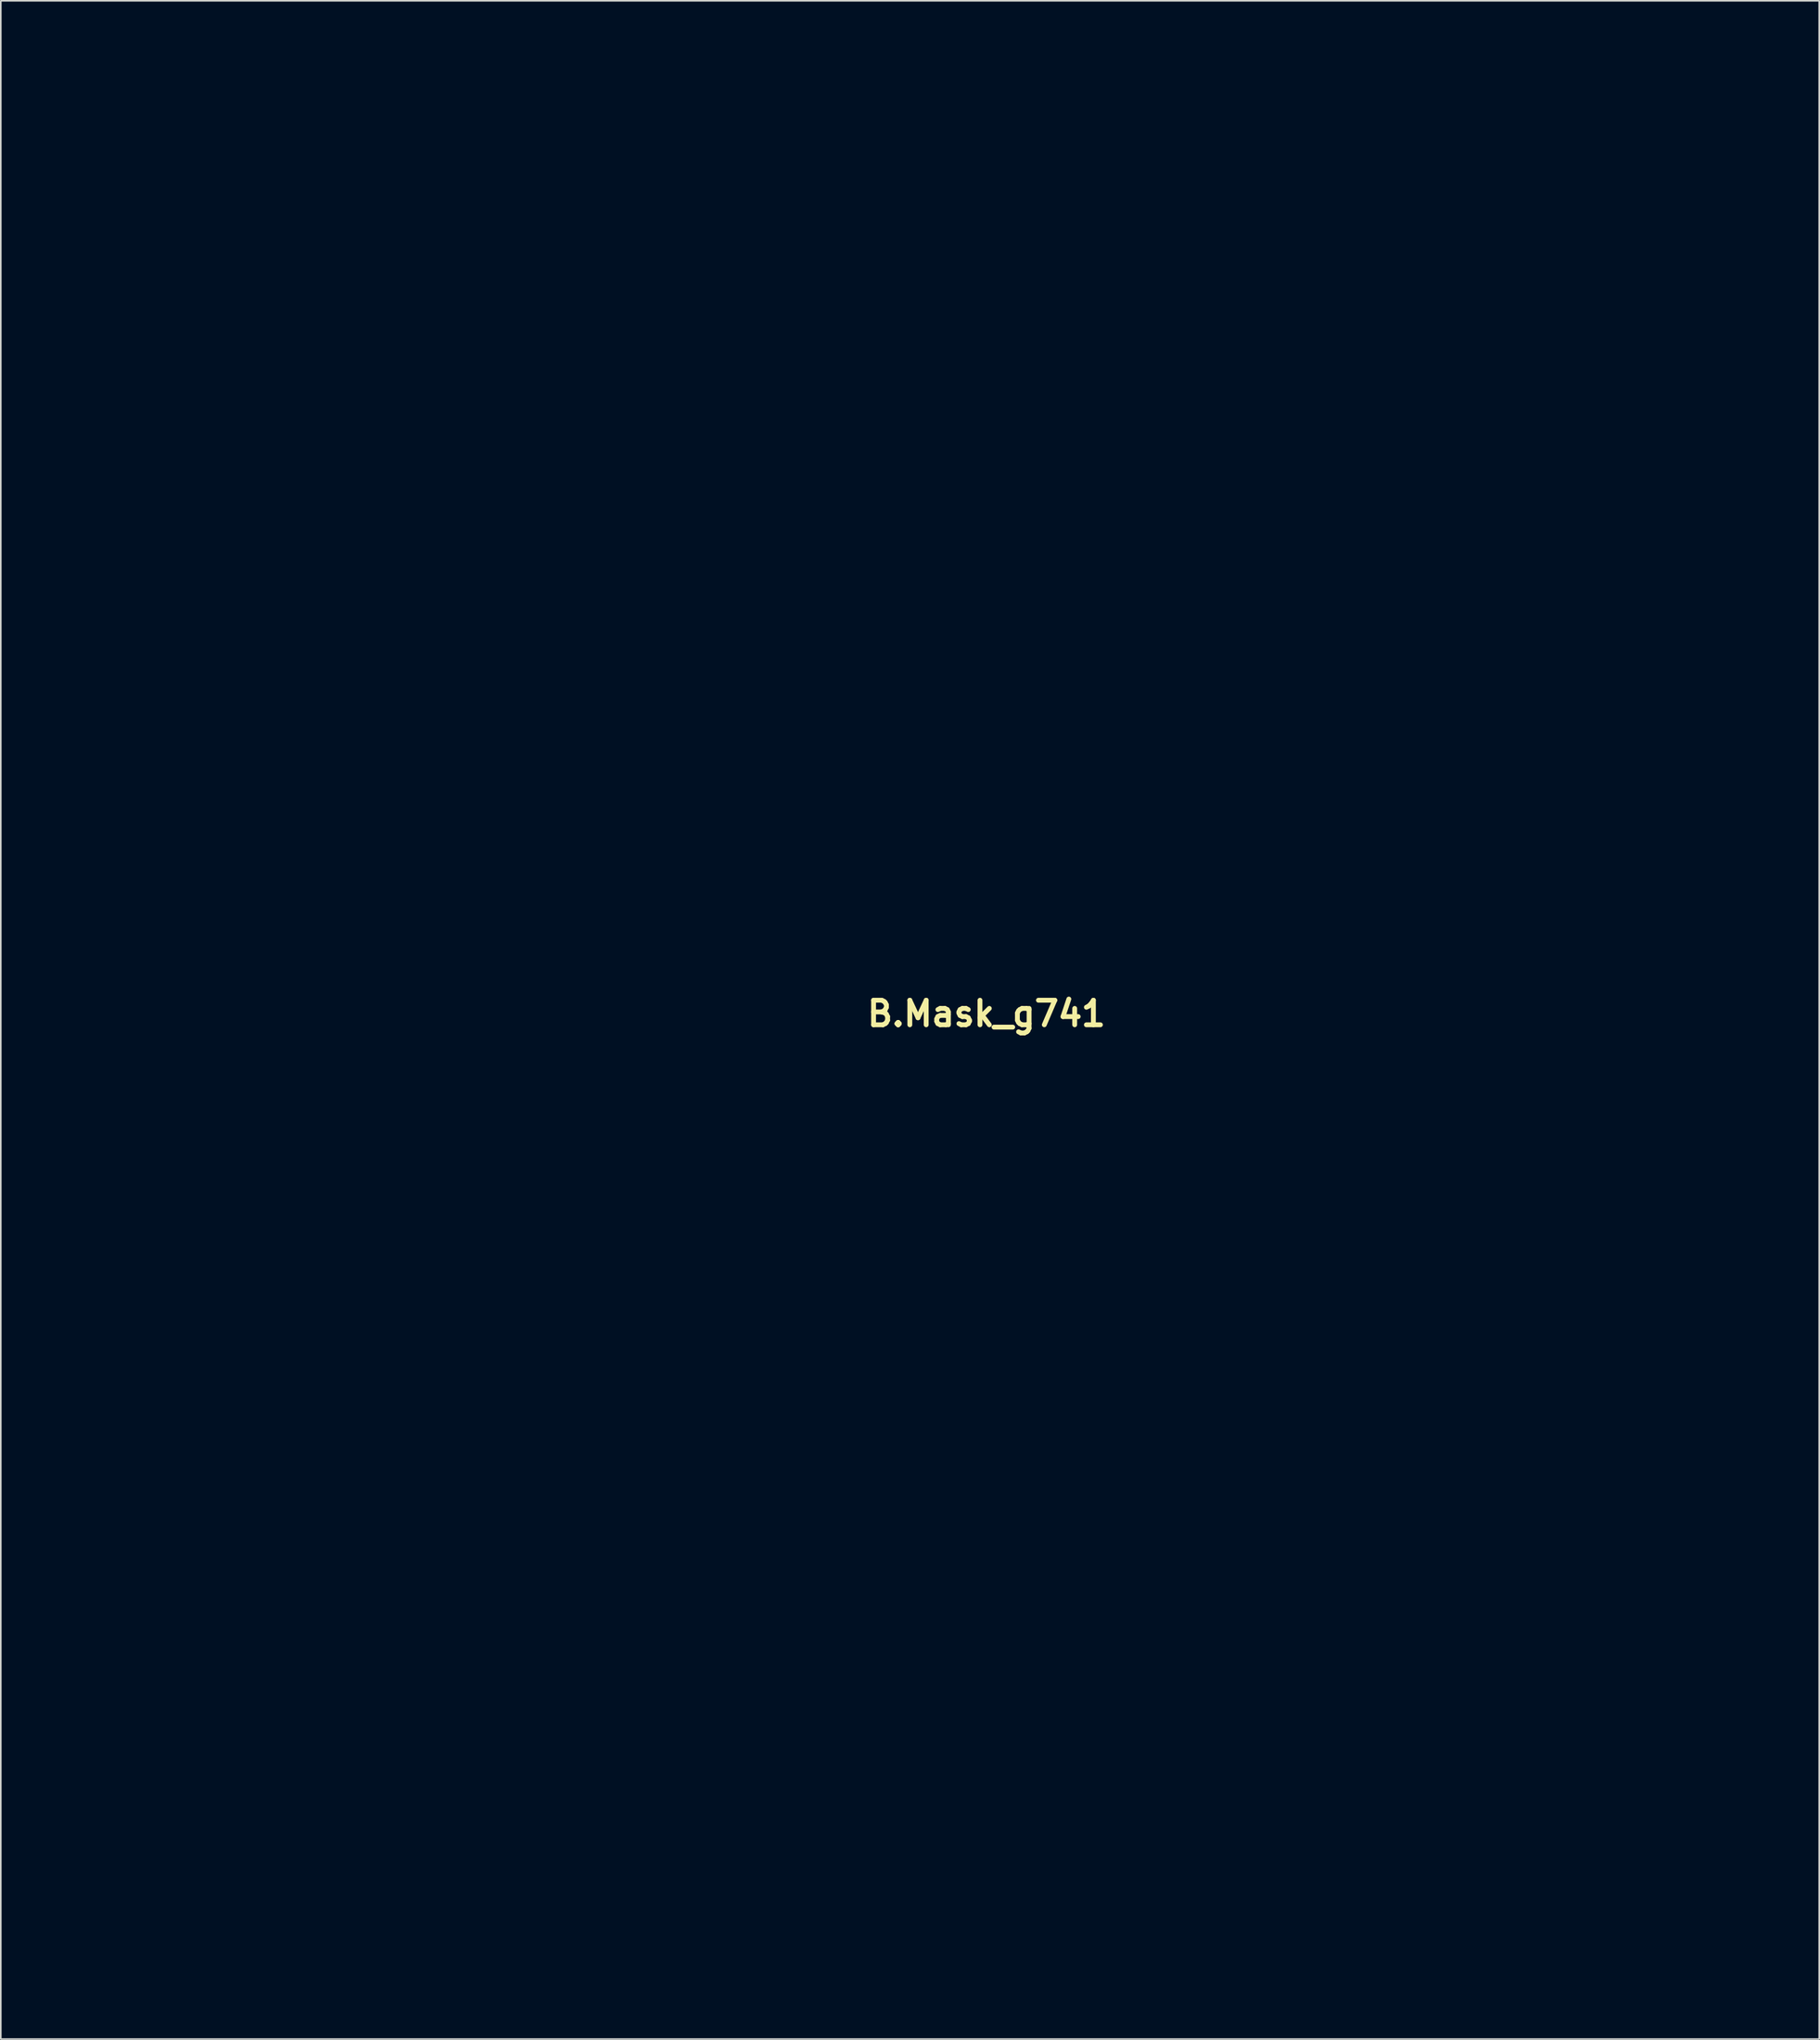
<source format=kicad_pcb>
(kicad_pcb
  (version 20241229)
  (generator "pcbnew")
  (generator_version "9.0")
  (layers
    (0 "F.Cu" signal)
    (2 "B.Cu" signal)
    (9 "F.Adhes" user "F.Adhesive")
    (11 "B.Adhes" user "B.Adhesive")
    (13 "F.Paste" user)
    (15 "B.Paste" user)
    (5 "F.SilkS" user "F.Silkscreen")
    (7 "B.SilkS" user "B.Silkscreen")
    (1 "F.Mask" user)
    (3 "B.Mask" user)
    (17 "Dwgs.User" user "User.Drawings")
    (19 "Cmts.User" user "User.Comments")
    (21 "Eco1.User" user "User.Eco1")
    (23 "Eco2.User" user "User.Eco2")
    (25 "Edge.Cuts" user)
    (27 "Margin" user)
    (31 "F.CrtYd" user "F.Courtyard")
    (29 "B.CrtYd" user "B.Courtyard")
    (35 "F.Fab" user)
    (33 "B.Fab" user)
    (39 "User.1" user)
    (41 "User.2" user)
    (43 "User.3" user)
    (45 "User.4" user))
  (footprint "B.Mask_g741"
    (layer "F.Cu")
    (at 58.169 59.847)
    (property "Reference" "B.Mask_g741" (at 0 0 0) (layer "F.SilkS") (effects (font (size 1.524 1.524) (thickness 0.3))))
    (attr through_hole)
    (fp_poly (pts (xy 18.098 -59.836) (xy 18.107 -59.81) (xy 18.128 -59.748) (xy 18.157 -59.654) (xy 18.196 -59.533) (xy 18.241 -59.389) (xy 18.291 -59.226) (xy 18.345 -59.049) (xy 18.373 -58.96) (xy 18.428 -58.779) (xy 18.48 -58.611) (xy 18.527 -58.46) (xy 18.567 -58.33) (xy 18.599 -58.226) (xy 18.623 -58.152) (xy 18.636 -58.112) (xy 18.638 -58.106) (xy 18.66 -58.105) (xy 18.72 -58.106) (xy 18.815 -58.108) (xy 18.941 -58.11) (xy 19.094 -58.114) (xy 19.27 -58.118) (xy 19.466 -58.123) (xy 19.678 -58.129) (xy 19.845 -58.133) (xy 20.066 -58.139) (xy 20.275 -58.145) (xy 20.466 -58.149) (xy 20.638 -58.153) (xy 20.785 -58.156) (xy 20.904 -58.158) (xy 20.991 -58.159) (xy 21.042 -58.159) (xy 21.055 -58.158) (xy 21.055 -58.155) (xy 21.051 -58.149) (xy 21.041 -58.139) (xy 21.021 -58.123) (xy 20.99 -58.1) (xy 20.945 -58.067) (xy 20.884 -58.023) (xy 20.805 -57.966) (xy 20.706 -57.896) (xy 20.584 -57.809) (xy 20.438 -57.705) (xy 20.264 -57.582) (xy 20.06 -57.438) (xy 19.825 -57.272) (xy 19.759 -57.225) (xy 19.602 -57.114) (xy 19.457 -57.01) (xy 19.325 -56.915) (xy 19.213 -56.832) (xy 19.121 -56.765) (xy 19.056 -56.714) (xy 19.019 -56.684) (xy 19.012 -56.677) (xy 19.019 -56.653) (xy 19.039 -56.593) (xy 19.072 -56.501) (xy 19.116 -56.378) (xy 19.171 -56.23) (xy 19.235 -56.059) (xy 19.306 -55.868) (xy 19.384 -55.661) (xy 19.468 -55.441) (xy 19.506 -55.342) (xy 19.591 -55.119) (xy 19.671 -54.907) (xy 19.745 -54.71) (xy 19.812 -54.532) (xy 19.871 -54.375) (xy 19.92 -54.243) (xy 19.958 -54.14) (xy 19.983 -54.068) (xy 19.996 -54.03) (xy 19.997 -54.026) (xy 19.979 -54.036) (xy 19.929 -54.069) (xy 19.85 -54.121) (xy 19.746 -54.192) (xy 19.62 -54.278) (xy 19.474 -54.378) (xy 19.311 -54.489) (xy 19.135 -54.61) (xy 18.949 -54.739) (xy 18.756 -54.873) (xy 18.558 -55.009) (xy 18.359 -55.147) (xy 18.162 -55.284) (xy 17.97 -55.418) (xy 17.786 -55.547) (xy 17.777 -55.553) (xy 17.615 -55.666) (xy 16.242 -54.783) (xy 16.024 -54.642) (xy 15.816 -54.508) (xy 15.62 -54.382) (xy 15.44 -54.266) (xy 15.279 -54.162) (xy 15.138 -54.072) (xy 15.022 -53.997) (xy 14.932 -53.94) (xy 14.872 -53.901) (xy 14.844 -53.884) (xy 14.843 -53.883) (xy 14.82 -53.88) (xy 14.817 -53.889) (xy 14.826 -53.911) (xy 14.853 -53.968) (xy 14.896 -54.057) (xy 14.953 -54.175) (xy 15.024 -54.319) (xy 15.106 -54.487) (xy 15.199 -54.674) (xy 15.301 -54.879) (xy 15.41 -55.099) (xy 15.525 -55.33) (xy 15.554 -55.388) (xy 16.292 -56.864) (xy 15.745 -57.615) (xy 15.631 -57.773) (xy 15.524 -57.919) (xy 15.429 -58.052) (xy 15.346 -58.168) (xy 15.28 -58.262) (xy 15.231 -58.331) (xy 15.203 -58.373) (xy 15.198 -58.383) (xy 15.217 -58.39) (xy 15.268 -58.391) (xy 15.342 -58.389) (xy 15.362 -58.387) (xy 15.436 -58.382) (xy 15.539 -58.375) (xy 15.668 -58.366) (xy 15.816 -58.356) (xy 15.979 -58.345) (xy 16.152 -58.333) (xy 16.33 -58.321) (xy 16.508 -58.31) (xy 16.68 -58.298) (xy 16.842 -58.288) (xy 16.989 -58.279) (xy 17.116 -58.271) (xy 17.218 -58.264) (xy 17.289 -58.26) (xy 17.325 -58.258) (xy 17.328 -58.258) (xy 17.337 -58.277) (xy 17.362 -58.33) (xy 17.4 -58.41) (xy 17.449 -58.514) (xy 17.507 -58.637) (xy 17.571 -58.773) (xy 17.639 -58.918) (xy 17.709 -59.066) (xy 17.777 -59.213) (xy 17.843 -59.353) (xy 17.904 -59.482) (xy 17.957 -59.595) (xy 17.999 -59.687) (xy 18.029 -59.751) (xy 18.063 -59.816) (xy 18.086 -59.842) (xy 18.098 -59.836)) (stroke (width 0.01) (type solid)) (fill yes) (layer "B.Mask"))
    (fp_poly (pts (xy -26.522 -58.599) (xy -26.49 -58.549) (xy -26.444 -58.469) (xy -26.384 -58.363) (xy -26.313 -58.236) (xy -26.233 -58.09) (xy -26.146 -57.931) (xy -26.111 -57.865) (xy -26.023 -57.701) (xy -25.94 -57.548) (xy -25.866 -57.412) (xy -25.803 -57.295) (xy -25.752 -57.201) (xy -25.716 -57.136) (xy -25.697 -57.103) (xy -25.695 -57.099) (xy -25.672 -57.099) (xy -25.612 -57.105) (xy -25.518 -57.114) (xy -25.394 -57.128) (xy -25.244 -57.145) (xy -25.073 -57.165) (xy -24.884 -57.187) (xy -24.682 -57.212) (xy -24.658 -57.215) (xy -24.454 -57.24) (xy -24.262 -57.263) (xy -24.086 -57.284) (xy -23.931 -57.302) (xy -23.8 -57.316) (xy -23.699 -57.327) (xy -23.63 -57.334) (xy -23.6 -57.336) (xy -23.599 -57.335) (xy -23.597 -57.323) (xy -23.613 -57.287) (xy -23.645 -57.226) (xy -23.697 -57.138) (xy -23.769 -57.022) (xy -23.861 -56.876) (xy -23.976 -56.697) (xy -24.07 -56.552) (xy -24.175 -56.389) (xy -24.273 -56.236) (xy -24.362 -56.098) (xy -24.438 -55.979) (xy -24.499 -55.881) (xy -24.544 -55.808) (xy -24.569 -55.765) (xy -24.575 -55.754) (xy -24.564 -55.733) (xy -24.535 -55.678) (xy -24.488 -55.592) (xy -24.424 -55.478) (xy -24.346 -55.338) (xy -24.255 -55.175) (xy -24.153 -54.993) (xy -24.041 -54.794) (xy -23.921 -54.581) (xy -23.794 -54.356) (xy -23.761 -54.299) (xy -23.633 -54.073) (xy -23.512 -53.857) (xy -23.398 -53.655) (xy -23.294 -53.469) (xy -23.201 -53.303) (xy -23.12 -53.158) (xy -23.054 -53.039) (xy -23.004 -52.947) (xy -22.971 -52.885) (xy -22.957 -52.857) (xy -22.957 -52.855) (xy -22.976 -52.864) (xy -23.029 -52.893) (xy -23.113 -52.939) (xy -23.226 -53.002) (xy -23.364 -53.079) (xy -23.524 -53.169) (xy -23.705 -53.271) (xy -23.902 -53.383) (xy -24.114 -53.504) (xy -24.337 -53.631) (xy -24.388 -53.66) (xy -24.614 -53.788) (xy -24.829 -53.911) (xy -25.031 -54.026) (xy -25.217 -54.131) (xy -25.384 -54.225) (xy -25.529 -54.306) (xy -25.65 -54.373) (xy -25.743 -54.424) (xy -25.805 -54.458) (xy -25.835 -54.472) (xy -25.836 -54.472) (xy -25.857 -54.46) (xy -25.908 -54.423) (xy -25.987 -54.365) (xy -26.091 -54.287) (xy -26.217 -54.192) (xy -26.362 -54.081) (xy -26.524 -53.958) (xy -26.699 -53.823) (xy -26.885 -53.679) (xy -26.968 -53.615) (xy -27.158 -53.468) (xy -27.338 -53.328) (xy -27.506 -53.198) (xy -27.659 -53.08) (xy -27.794 -52.976) (xy -27.908 -52.889) (xy -27.999 -52.819) (xy -28.063 -52.77) (xy -28.097 -52.745) (xy -28.102 -52.741) (xy -28.127 -52.738) (xy -28.131 -52.749) (xy -28.124 -52.772) (xy -28.106 -52.833) (xy -28.077 -52.927) (xy -28.038 -53.051) (xy -27.99 -53.202) (xy -27.935 -53.376) (xy -27.873 -53.57) (xy -27.805 -53.78) (xy -27.734 -54.003) (xy -27.706 -54.087) (xy -27.634 -54.314) (xy -27.565 -54.529) (xy -27.502 -54.729) (xy -27.445 -54.911) (xy -27.395 -55.07) (xy -27.354 -55.204) (xy -27.322 -55.31) (xy -27.301 -55.383) (xy -27.292 -55.421) (xy -27.292 -55.426) (xy -27.311 -55.441) (xy -27.363 -55.477) (xy -27.444 -55.531) (xy -27.552 -55.601) (xy -27.683 -55.686) (xy -27.834 -55.783) (xy -28.002 -55.89) (xy -28.183 -56.005) (xy -28.354 -56.113) (xy -28.585 -56.259) (xy -28.783 -56.385) (xy -28.948 -56.491) (xy -29.083 -56.578) (xy -29.189 -56.649) (xy -29.269 -56.704) (xy -29.325 -56.744) (xy -29.357 -56.771) (xy -29.369 -56.787) (xy -29.367 -56.791) (xy -29.338 -56.794) (xy -29.272 -56.798) (xy -29.171 -56.802) (xy -29.04 -56.807) (xy -28.882 -56.812) (xy -28.702 -56.818) (xy -28.504 -56.823) (xy -28.292 -56.829) (xy -28.162 -56.832) (xy -27.945 -56.837) (xy -27.74 -56.842) (xy -27.552 -56.847) (xy -27.385 -56.851) (xy -27.243 -56.854) (xy -27.129 -56.858) (xy -27.048 -56.86) (xy -27.002 -56.862) (xy -26.994 -56.862) (xy -26.988 -56.883) (xy -26.973 -56.94) (xy -26.95 -57.03) (xy -26.92 -57.148) (xy -26.884 -57.291) (xy -26.843 -57.453) (xy -26.799 -57.631) (xy -26.772 -57.738) (xy -26.725 -57.923) (xy -26.681 -58.095) (xy -26.641 -58.25) (xy -26.605 -58.383) (xy -26.576 -58.49) (xy -26.553 -58.566) (xy -26.539 -58.609) (xy -26.535 -58.616) (xy -26.522 -58.599)) (stroke (width 0.01) (type solid)) (fill yes) (layer "B.Mask"))
    (fp_poly (pts (xy -53.572 48.316) (xy -53.558 48.337) (xy -53.523 48.392) (xy -53.47 48.477) (xy -53.4 48.591) (xy -53.313 48.731) (xy -53.213 48.894) (xy -53.101 49.078) (xy -52.977 49.28) (xy -52.844 49.497) (xy -52.704 49.728) (xy -52.557 49.968) (xy -52.545 49.987) (xy -52.398 50.228) (xy -52.257 50.46) (xy -52.123 50.678) (xy -51.999 50.881) (xy -51.885 51.066) (xy -51.783 51.23) (xy -51.695 51.371) (xy -51.623 51.487) (xy -51.568 51.574) (xy -51.531 51.63) (xy -51.515 51.653) (xy -51.514 51.654) (xy -51.489 51.651) (xy -51.425 51.637) (xy -51.325 51.612) (xy -51.19 51.577) (xy -51.022 51.531) (xy -50.824 51.477) (xy -50.598 51.413) (xy -50.345 51.341) (xy -50.092 51.268) (xy -49.858 51.201) (xy -49.635 51.137) (xy -49.428 51.078) (xy -49.24 51.024) (xy -49.074 50.977) (xy -48.934 50.938) (xy -48.822 50.907) (xy -48.741 50.886) (xy -48.697 50.874) (xy -48.688 50.873) (xy -48.697 50.892) (xy -48.727 50.944) (xy -48.775 51.026) (xy -48.839 51.136) (xy -48.918 51.269) (xy -49.01 51.424) (xy -49.113 51.597) (xy -49.226 51.784) (xy -49.346 51.984) (xy -49.394 52.063) (xy -49.517 52.268) (xy -49.634 52.462) (xy -49.744 52.644) (xy -49.843 52.81) (xy -49.931 52.956) (xy -50.004 53.08) (xy -50.063 53.178) (xy -50.103 53.247) (xy -50.125 53.284) (xy -50.127 53.289) (xy -50.128 53.3) (xy -50.123 53.319) (xy -50.109 53.348) (xy -50.085 53.387) (xy -50.051 53.441) (xy -50.003 53.511) (xy -49.941 53.598) (xy -49.864 53.706) (xy -49.769 53.836) (xy -49.656 53.99) (xy -49.522 54.171) (xy -49.366 54.381) (xy -49.187 54.621) (xy -49.109 54.727) (xy -48.949 54.941) (xy -48.797 55.145) (xy -48.655 55.337) (xy -48.524 55.514) (xy -48.406 55.674) (xy -48.303 55.814) (xy -48.217 55.931) (xy -48.15 56.023) (xy -48.104 56.088) (xy -48.08 56.122) (xy -48.077 56.128) (xy -48.099 56.128) (xy -48.159 56.126) (xy -48.252 56.122) (xy -48.375 56.116) (xy -48.524 56.109) (xy -48.694 56.1) (xy -48.881 56.09) (xy -49.082 56.08) (xy -49.29 56.069) (xy -49.504 56.058) (xy -49.718 56.046) (xy -49.928 56.035) (xy -50.129 56.024) (xy -50.319 56.013) (xy -50.492 56.003) (xy -50.645 55.994) (xy -50.773 55.987) (xy -50.872 55.98) (xy -50.937 55.976) (xy -50.94 55.976) (xy -51.091 55.963) (xy -52.409 58.277) (xy -52.574 58.566) (xy -52.733 58.845) (xy -52.886 59.112) (xy -53.03 59.364) (xy -53.165 59.6) (xy -53.29 59.817) (xy -53.402 60.012) (xy -53.501 60.185) (xy -53.586 60.332) (xy -53.654 60.45) (xy -53.706 60.539) (xy -53.74 60.596) (xy -53.753 60.618) (xy -53.753 60.618) (xy -53.761 60.618) (xy -53.768 60.597) (xy -53.773 60.552) (xy -53.778 60.479) (xy -53.783 60.375) (xy -53.787 60.236) (xy -53.791 60.06) (xy -53.792 60.015) (xy -53.795 59.9) (xy -53.797 59.748) (xy -53.8 59.561) (xy -53.803 59.345) (xy -53.807 59.103) (xy -53.811 58.839) (xy -53.814 58.558) (xy -53.818 58.263) (xy -53.822 57.96) (xy -53.826 57.651) (xy -53.829 57.342) (xy -53.83 57.309) (xy -53.834 56.977) (xy -53.838 56.668) (xy -53.842 56.382) (xy -53.846 56.124) (xy -53.851 55.893) (xy -53.855 55.694) (xy -53.859 55.526) (xy -53.863 55.393) (xy -53.867 55.297) (xy -53.87 55.239) (xy -53.873 55.222) (xy -53.895 55.212) (xy -53.954 55.187) (xy -54.046 55.148) (xy -54.17 55.096) (xy -54.323 55.032) (xy -54.502 54.958) (xy -54.705 54.873) (xy -54.93 54.779) (xy -55.173 54.678) (xy -55.433 54.57) (xy -55.706 54.457) (xy -55.99 54.339) (xy -56.024 54.324) (xy -56.31 54.206) (xy -56.584 54.092) (xy -56.845 53.984) (xy -57.089 53.882) (xy -57.315 53.788) (xy -57.52 53.702) (xy -57.701 53.627) (xy -57.856 53.562) (xy -57.982 53.509) (xy -58.077 53.469) (xy -58.139 53.443) (xy -58.164 53.432) (xy -58.164 53.432) (xy -58.164 53.416) (xy -58.143 53.41) (xy -58.083 53.396) (xy -57.987 53.375) (xy -57.857 53.346) (xy -57.697 53.31) (xy -57.509 53.269) (xy -57.296 53.222) (xy -57.06 53.17) (xy -56.805 53.114) (xy -56.532 53.055) (xy -56.245 52.992) (xy -55.946 52.928) (xy -55.944 52.927) (xy -55.645 52.862) (xy -55.357 52.8) (xy -55.085 52.74) (xy -54.829 52.684) (xy -54.593 52.633) (xy -54.38 52.586) (xy -54.192 52.545) (xy -54.032 52.509) (xy -53.902 52.481) (xy -53.806 52.459) (xy -53.746 52.445) (xy -53.724 52.44) (xy -53.724 52.44) (xy -53.723 52.418) (xy -53.72 52.358) (xy -53.716 52.263) (xy -53.712 52.136) (xy -53.706 51.98) (xy -53.7 51.801) (xy -53.693 51.6) (xy -53.686 51.381) (xy -53.678 51.149) (xy -53.67 50.906) (xy -53.662 50.657) (xy -53.654 50.403) (xy -53.646 50.151) (xy -53.638 49.902) (xy -53.63 49.66) (xy -53.623 49.429) (xy -53.617 49.212) (xy -53.611 49.014) (xy -53.605 48.837) (xy -53.601 48.684) (xy -53.598 48.561) (xy -53.596 48.469) (xy -53.595 48.413) (xy -53.595 48.409) (xy -53.591 48.341) (xy -53.582 48.313) (xy -53.572 48.316)) (stroke (width 0.01) (type solid)) (fill yes) (layer "B.Mask"))
    (fp_poly (pts (xy 43.188 -12.089) (xy 43.221 -12.038) (xy 43.274 -11.956) (xy 43.343 -11.844) (xy 43.429 -11.707) (xy 43.528 -11.546) (xy 43.64 -11.364) (xy 43.764 -11.163) (xy 43.897 -10.947) (xy 44.037 -10.716) (xy 44.185 -10.475) (xy 44.215 -10.424) (xy 44.364 -10.181) (xy 44.506 -9.948) (xy 44.64 -9.729) (xy 44.765 -9.525) (xy 44.879 -9.339) (xy 44.98 -9.173) (xy 45.068 -9.031) (xy 45.14 -8.914) (xy 45.195 -8.825) (xy 45.231 -8.767) (xy 45.247 -8.743) (xy 45.248 -8.742) (xy 45.269 -8.748) (xy 45.328 -8.764) (xy 45.42 -8.79) (xy 45.543 -8.826) (xy 45.694 -8.869) (xy 45.869 -8.919) (xy 46.065 -8.976) (xy 46.278 -9.037) (xy 46.505 -9.103) (xy 46.654 -9.146) (xy 46.889 -9.213) (xy 47.111 -9.277) (xy 47.318 -9.336) (xy 47.507 -9.389) (xy 47.674 -9.436) (xy 47.815 -9.475) (xy 47.927 -9.506) (xy 48.008 -9.527) (xy 48.053 -9.538) (xy 48.062 -9.539) (xy 48.053 -9.52) (xy 48.024 -9.467) (xy 47.977 -9.385) (xy 47.913 -9.275) (xy 47.834 -9.141) (xy 47.742 -8.986) (xy 47.638 -8.812) (xy 47.526 -8.624) (xy 47.405 -8.423) (xy 47.349 -8.329) (xy 47.225 -8.124) (xy 47.107 -7.928) (xy 46.999 -7.746) (xy 46.9 -7.581) (xy 46.814 -7.434) (xy 46.741 -7.311) (xy 46.684 -7.213) (xy 46.645 -7.144) (xy 46.624 -7.107) (xy 46.622 -7.101) (xy 46.634 -7.08) (xy 46.67 -7.028) (xy 46.727 -6.947) (xy 46.803 -6.84) (xy 46.898 -6.709) (xy 47.009 -6.557) (xy 47.133 -6.387) (xy 47.27 -6.202) (xy 47.417 -6.002) (xy 47.573 -5.793) (xy 47.646 -5.694) (xy 47.805 -5.481) (xy 47.957 -5.277) (xy 48.099 -5.085) (xy 48.23 -4.908) (xy 48.348 -4.749) (xy 48.452 -4.609) (xy 48.538 -4.492) (xy 48.606 -4.399) (xy 48.652 -4.335) (xy 48.677 -4.3) (xy 48.68 -4.295) (xy 48.665 -4.285) (xy 48.616 -4.283) (xy 48.574 -4.286) (xy 48.507 -4.292) (xy 48.406 -4.299) (xy 48.277 -4.307) (xy 48.123 -4.316) (xy 47.948 -4.327) (xy 47.756 -4.337) (xy 47.552 -4.348) (xy 47.34 -4.359) (xy 47.124 -4.37) (xy 46.908 -4.381) (xy 46.697 -4.391) (xy 46.493 -4.401) (xy 46.303 -4.409) (xy 46.129 -4.417) (xy 45.976 -4.423) (xy 45.848 -4.428) (xy 45.75 -4.431) (xy 45.685 -4.432) (xy 45.657 -4.431) (xy 45.657 -4.431) (xy 45.645 -4.411) (xy 45.613 -4.356) (xy 45.562 -4.269) (xy 45.495 -4.151) (xy 45.412 -4.006) (xy 45.314 -3.835) (xy 45.203 -3.641) (xy 45.079 -3.426) (xy 44.946 -3.191) (xy 44.802 -2.94) (xy 44.651 -2.674) (xy 44.492 -2.396) (xy 44.333 -2.117) (xy 44.169 -1.829) (xy 44.01 -1.55) (xy 43.858 -1.284) (xy 43.714 -1.033) (xy 43.58 -0.798) (xy 43.456 -0.582) (xy 43.344 -0.387) (xy 43.246 -0.216) (xy 43.162 -0.07) (xy 43.093 0.048) (xy 43.042 0.135) (xy 43.009 0.19) (xy 42.997 0.211) (xy 42.98 0.223) (xy 42.971 0.209) (xy 42.969 0.16) (xy 42.968 0.137) (xy 42.968 0.043) (xy 42.967 -0.084) (xy 42.966 -0.242) (xy 42.964 -0.426) (xy 42.962 -0.635) (xy 42.959 -0.866) (xy 42.956 -1.114) (xy 42.952 -1.377) (xy 42.949 -1.653) (xy 42.945 -1.937) (xy 42.94 -2.227) (xy 42.936 -2.52) (xy 42.932 -2.812) (xy 42.927 -3.101) (xy 42.923 -3.384) (xy 42.918 -3.657) (xy 42.914 -3.917) (xy 42.91 -4.162) (xy 42.906 -4.388) (xy 42.902 -4.592) (xy 42.899 -4.772) (xy 42.896 -4.923) (xy 42.893 -5.044) (xy 42.89 -5.13) (xy 42.889 -5.179) (xy 42.888 -5.19) (xy 42.866 -5.2) (xy 42.809 -5.225) (xy 42.717 -5.264) (xy 42.594 -5.316) (xy 42.442 -5.38) (xy 42.263 -5.455) (xy 42.061 -5.54) (xy 41.838 -5.634) (xy 41.595 -5.735) (xy 41.337 -5.843) (xy 41.064 -5.957) (xy 40.781 -6.075) (xy 40.763 -6.083) (xy 40.478 -6.201) (xy 40.204 -6.315) (xy 39.943 -6.424) (xy 39.698 -6.526) (xy 39.472 -6.621) (xy 39.266 -6.707) (xy 39.083 -6.783) (xy 38.927 -6.849) (xy 38.8 -6.903) (xy 38.703 -6.943) (xy 38.641 -6.97) (xy 38.615 -6.982) (xy 38.614 -6.982) (xy 38.59 -7) (xy 38.602 -7.012) (xy 38.608 -7.014) (xy 38.633 -7.02) (xy 38.696 -7.034) (xy 38.795 -7.056) (xy 38.927 -7.085) (xy 39.09 -7.12) (xy 39.28 -7.162) (xy 39.495 -7.209) (xy 39.732 -7.26) (xy 39.989 -7.316) (xy 40.262 -7.375) (xy 40.549 -7.438) (xy 40.814 -7.495) (xy 41.111 -7.56) (xy 41.396 -7.622) (xy 41.667 -7.681) (xy 41.922 -7.737) (xy 42.156 -7.788) (xy 42.368 -7.835) (xy 42.555 -7.876) (xy 42.714 -7.912) (xy 42.842 -7.941) (xy 42.937 -7.963) (xy 42.995 -7.977) (xy 43.015 -7.982) (xy 43.02 -7.996) (xy 43.025 -8.032) (xy 43.031 -8.091) (xy 43.037 -8.177) (xy 43.043 -8.291) (xy 43.05 -8.434) (xy 43.057 -8.609) (xy 43.065 -8.818) (xy 43.073 -9.062) (xy 43.083 -9.344) (xy 43.093 -9.665) (xy 43.099 -9.847) (xy 43.107 -10.128) (xy 43.116 -10.401) (xy 43.124 -10.662) (xy 43.131 -10.908) (xy 43.137 -11.135) (xy 43.143 -11.34) (xy 43.148 -11.519) (xy 43.152 -11.669) (xy 43.155 -11.786) (xy 43.157 -11.867) (xy 43.157 -11.901) (xy 43.16 -11.989) (xy 43.164 -12.058) (xy 43.17 -12.099) (xy 43.175 -12.107) (xy 43.188 -12.089)) (stroke (width 0.01) (type solid)) (fill yes) (layer "B.Mask")))
  (gr_rect
    (start -3 -3)
    (end 109.854 123.469)
    (stroke (width 0.1) (type default))
    (fill no)
    (layer "Edge.Cuts")))
</source>
